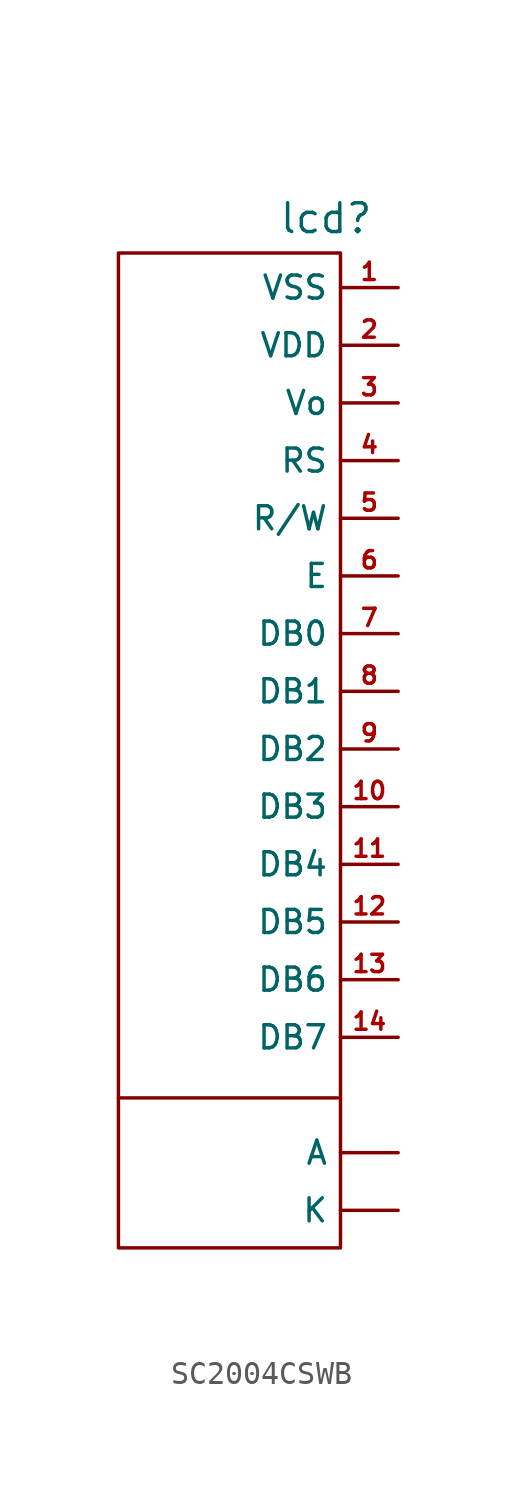
<source format=kicad_sym>
(kicad_symbol_lib
  (version 20220914)
  (generator kicad_symbol_editor)
  (symbol "SC2004CSWB"
    (property "Reference" "lcd"
      (at -3.175 3.048 0)
      (effects (font (size 1.27 1.27))))
    (property "Value" ""
      (at 0 0 0)
      (effects (font (size 1.27 1.27))))
    (symbol "SC2004CSWB_0_1"
      (rectangle (start -12.319 1.524) (end -2.54 -42.291) (stroke (width 0) (type default)) (fill (type none)))
      (polyline (pts (xy -12.319 -35.687) (xy -2.667 -35.687)) (stroke (width 0) (type default)) (fill (type none))))
    (symbol "SC2004CSWB_1_1"
      (pin free line (at 0 -38.1 180) (length 2.54) (name "A" (effects (font (size 1.016 1.016)))) (number "" (effects (font (size 0.762 0.762)))))
      (pin free line (at 0 -40.64 180) (length 2.54) (name "K" (effects (font (size 1.016 1.016)))) (number "" (effects (font (size 0.762 0.762)))))
      (pin free line (at 0 0 180) (length 2.54) (name "VSS" (effects (font (size 1.016 1.016)))) (number "1" (effects (font (size 0.762 0.762)))))
      (pin free line (at 0 -22.86 180) (length 2.54) (name "DB3" (effects (font (size 1.016 1.016)))) (number "10" (effects (font (size 0.762 0.762)))))
      (pin free line (at 0 -25.4 180) (length 2.54) (name "DB4" (effects (font (size 1.016 1.016)))) (number "11" (effects (font (size 0.762 0.762)))))
      (pin free line (at 0 -27.94 180) (length 2.54) (name "DB5" (effects (font (size 1.016 1.016)))) (number "12" (effects (font (size 0.762 0.762)))))
      (pin free line (at 0 -30.48 180) (length 2.54) (name "DB6" (effects (font (size 1.016 1.016)))) (number "13" (effects (font (size 0.762 0.762)))))
      (pin free line (at 0 -33.02 180) (length 2.54) (name "DB7" (effects (font (size 1.016 1.016)))) (number "14" (effects (font (size 0.762 0.762)))))
      (pin free line (at 0 -2.54 180) (length 2.54) (name "VDD" (effects (font (size 1.016 1.016)))) (number "2" (effects (font (size 0.762 0.762)))))
      (pin free line (at 0 -5.08 180) (length 2.54) (name "Vo" (effects (font (size 1.016 1.016)))) (number "3" (effects (font (size 0.762 0.762)))))
      (pin free line (at 0 -7.62 180) (length 2.54) (name "RS" (effects (font (size 1.016 1.016)))) (number "4" (effects (font (size 0.762 0.762)))))
      (pin free line (at 0 -10.16 180) (length 2.54) (name "R/W" (effects (font (size 1.016 1.016)))) (number "5" (effects (font (size 0.762 0.762)))))
      (pin free line (at 0 -12.7 180) (length 2.54) (name "E" (effects (font (size 1.016 1.016)))) (number "6" (effects (font (size 0.762 0.762)))))
      (pin free line (at 0 -15.24 180) (length 2.54) (name "DB0" (effects (font (size 1.016 1.016)))) (number "7" (effects (font (size 0.762 0.762)))))
      (pin free line (at 0 -17.78 180) (length 2.54) (name "DB1" (effects (font (size 1.016 1.016)))) (number "8" (effects (font (size 0.762 0.762)))))
      (pin free line (at 0 -20.32 180) (length 2.54) (name "DB2" (effects (font (size 1.016 1.016)))) (number "9" (effects (font (size 0.762 0.762))))))))
</source>
